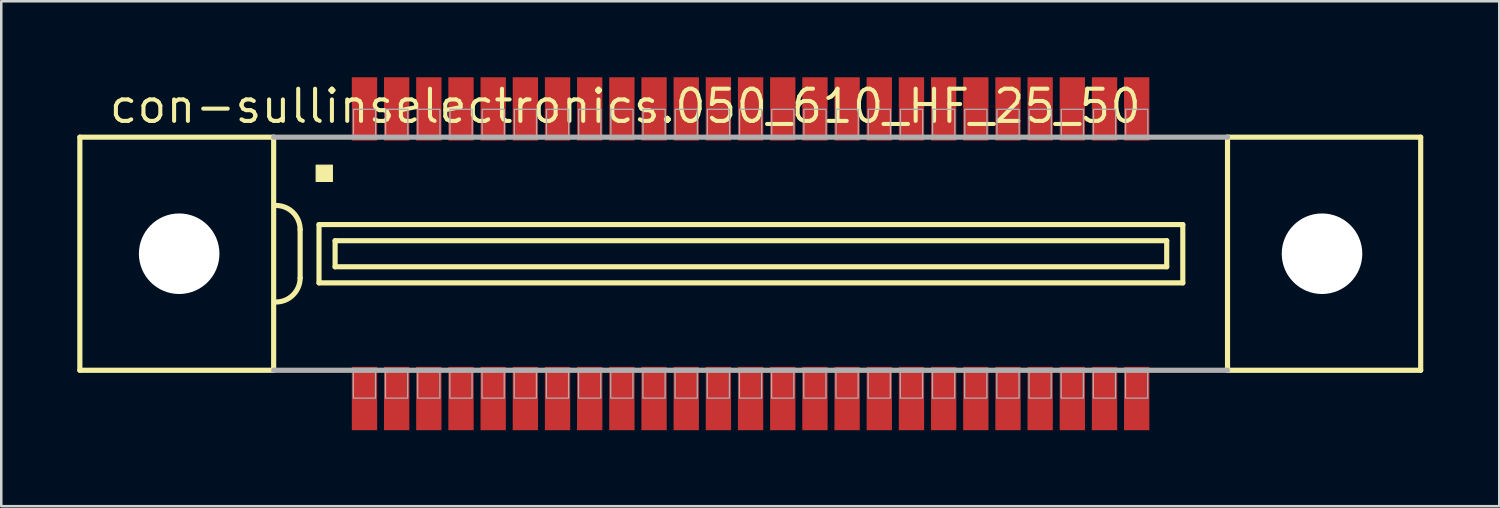
<source format=kicad_pcb>
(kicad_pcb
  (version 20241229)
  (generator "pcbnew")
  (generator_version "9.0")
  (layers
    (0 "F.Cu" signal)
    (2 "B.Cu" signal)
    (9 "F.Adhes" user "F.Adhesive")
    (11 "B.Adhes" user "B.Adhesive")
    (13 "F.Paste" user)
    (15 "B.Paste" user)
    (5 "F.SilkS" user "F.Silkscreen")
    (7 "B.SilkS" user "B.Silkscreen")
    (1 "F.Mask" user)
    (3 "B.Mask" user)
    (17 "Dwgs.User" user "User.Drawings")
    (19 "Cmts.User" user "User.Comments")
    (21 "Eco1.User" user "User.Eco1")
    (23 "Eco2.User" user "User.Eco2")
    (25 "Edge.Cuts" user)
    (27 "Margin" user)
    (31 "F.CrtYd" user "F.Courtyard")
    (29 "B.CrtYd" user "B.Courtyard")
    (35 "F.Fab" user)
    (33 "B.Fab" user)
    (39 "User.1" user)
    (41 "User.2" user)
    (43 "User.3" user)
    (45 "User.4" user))
  (footprint "con-sullinselectronics.050_610_HF_25_50"
    (layer "F.Cu")
    (at 26.577 6.965)
    (property "Reference" "con-sullinselectronics.050_610_HF_25_50" (at -25.4 -5.08 0) (layer "F.SilkS") (effects (font (size 1.27 1.27) (thickness 0.16)) (justify left bottom)))
    (attr smd)
    (fp_line (start -26.475 -4.6) (end -26.475 4.6) (stroke (width 0.203) (type default)) (layer "F.SilkS"))
    (fp_line (start -26.475 4.6) (end -18.825 4.6) (stroke (width 0.203) (type default)) (layer "F.SilkS"))
    (fp_line (start -18.825 -4.6) (end -26.475 -4.6) (stroke (width 0.203) (type default)) (layer "F.SilkS"))
    (fp_line (start -18.825 -4.6) (end -18.825 4.6) (stroke (width 0.203) (type default)) (layer "F.SilkS"))
    (fp_line (start -17.78 -0.953) (end -17.78 0.953) (stroke (width 0.203) (type default)) (layer "F.SilkS"))
    (fp_line (start -17.035 -1.15) (end -17.035 1.15) (stroke (width 0.203) (type default)) (layer "F.SilkS"))
    (fp_line (start -17.035 1.15) (end 17.06 1.15) (stroke (width 0.203) (type default)) (layer "F.SilkS"))
    (fp_line (start -16.4 -0.515) (end -16.4 0.515) (stroke (width 0.203) (type default)) (layer "F.SilkS"))
    (fp_line (start -16.4 0.515) (end 16.425 0.515) (stroke (width 0.203) (type default)) (layer "F.SilkS"))
    (fp_line (start 16.425 -0.515) (end -16.4 -0.515) (stroke (width 0.203) (type default)) (layer "F.SilkS"))
    (fp_line (start 16.425 0.515) (end 16.425 -0.515) (stroke (width 0.203) (type default)) (layer "F.SilkS"))
    (fp_line (start 17.06 -1.15) (end -17.035 -1.15) (stroke (width 0.203) (type default)) (layer "F.SilkS"))
    (fp_line (start 17.06 1.15) (end 17.06 -1.15) (stroke (width 0.203) (type default)) (layer "F.SilkS"))
    (fp_line (start 18.825 4.6) (end 18.825 -4.6) (stroke (width 0.203) (type default)) (layer "F.SilkS"))
    (fp_line (start 18.825 4.6) (end 26.45 4.6) (stroke (width 0.203) (type default)) (layer "F.SilkS"))
    (fp_line (start 26.45 -4.6) (end 18.825 -4.6) (stroke (width 0.203) (type default)) (layer "F.SilkS"))
    (fp_line (start 26.45 4.6) (end 26.45 -4.6) (stroke (width 0.203) (type default)) (layer "F.SilkS"))
    (fp_rect (start -17.145 -2.857) (end -16.51 -3.493) (stroke (width 0.05) (type default)) (fill yes) (layer "F.SilkS"))
    (fp_arc (start -18.7325 -1.905) (mid -18.058981 -1.626019) (end -17.78 -0.9525) (stroke (width 0.2032) (type default)) (layer "F.SilkS"))
    (fp_arc (start -17.78 0.9525) (mid -18.05901 1.62599) (end -18.7325 1.905) (stroke (width 0.2032) (type default)) (layer "F.SilkS"))
    (fp_line (start -18.825 4.6) (end 18.825 4.6) (stroke (width 0.203) (type default)) (layer "F.Fab"))
    (fp_line (start 18.825 -4.6) (end -18.825 -4.6) (stroke (width 0.203) (type default)) (layer "F.Fab"))
    (fp_rect (start -15.68 5.7) (end -14.805 4.65) (stroke (width 0.05) (type default)) (fill no) (layer "F.Fab"))
    (fp_rect (start -15.675 -4.65) (end -14.8 -5.7) (stroke (width 0.05) (type default)) (fill no) (layer "F.Fab"))
    (fp_rect (start -14.41 5.7) (end -13.535 4.65) (stroke (width 0.05) (type default)) (fill no) (layer "F.Fab"))
    (fp_rect (start -14.405 -4.65) (end -13.53 -5.7) (stroke (width 0.05) (type default)) (fill no) (layer "F.Fab"))
    (fp_rect (start -13.14 5.7) (end -12.265 4.65) (stroke (width 0.05) (type default)) (fill no) (layer "F.Fab"))
    (fp_rect (start -13.135 -4.65) (end -12.26 -5.7) (stroke (width 0.05) (type default)) (fill no) (layer "F.Fab"))
    (fp_rect (start -11.87 5.7) (end -10.995 4.65) (stroke (width 0.05) (type default)) (fill no) (layer "F.Fab"))
    (fp_rect (start -11.865 -4.65) (end -10.99 -5.7) (stroke (width 0.05) (type default)) (fill no) (layer "F.Fab"))
    (fp_rect (start -10.6 5.7) (end -9.725 4.65) (stroke (width 0.05) (type default)) (fill no) (layer "F.Fab"))
    (fp_rect (start -10.595 -4.65) (end -9.72 -5.7) (stroke (width 0.05) (type default)) (fill no) (layer "F.Fab"))
    (fp_rect (start -9.33 5.7) (end -8.455 4.65) (stroke (width 0.05) (type default)) (fill no) (layer "F.Fab"))
    (fp_rect (start -9.325 -4.65) (end -8.45 -5.7) (stroke (width 0.05) (type default)) (fill no) (layer "F.Fab"))
    (fp_rect (start -8.06 5.7) (end -7.185 4.65) (stroke (width 0.05) (type default)) (fill no) (layer "F.Fab"))
    (fp_rect (start -8.055 -4.65) (end -7.18 -5.7) (stroke (width 0.05) (type default)) (fill no) (layer "F.Fab"))
    (fp_rect (start -6.79 5.7) (end -5.915 4.65) (stroke (width 0.05) (type default)) (fill no) (layer "F.Fab"))
    (fp_rect (start -6.785 -4.65) (end -5.91 -5.7) (stroke (width 0.05) (type default)) (fill no) (layer "F.Fab"))
    (fp_rect (start -5.52 5.7) (end -4.645 4.65) (stroke (width 0.05) (type default)) (fill no) (layer "F.Fab"))
    (fp_rect (start -5.515 -4.65) (end -4.64 -5.7) (stroke (width 0.05) (type default)) (fill no) (layer "F.Fab"))
    (fp_rect (start -4.25 5.7) (end -3.375 4.65) (stroke (width 0.05) (type default)) (fill no) (layer "F.Fab"))
    (fp_rect (start -4.245 -4.65) (end -3.37 -5.7) (stroke (width 0.05) (type default)) (fill no) (layer "F.Fab"))
    (fp_rect (start -2.98 5.7) (end -2.105 4.65) (stroke (width 0.05) (type default)) (fill no) (layer "F.Fab"))
    (fp_rect (start -2.975 -4.65) (end -2.1 -5.7) (stroke (width 0.05) (type default)) (fill no) (layer "F.Fab"))
    (fp_rect (start -1.71 5.7) (end -0.835 4.65) (stroke (width 0.05) (type default)) (fill no) (layer "F.Fab"))
    (fp_rect (start -1.705 -4.65) (end -0.83 -5.7) (stroke (width 0.05) (type default)) (fill no) (layer "F.Fab"))
    (fp_rect (start -0.44 5.7) (end 0.435 4.65) (stroke (width 0.05) (type default)) (fill no) (layer "F.Fab"))
    (fp_rect (start -0.435 -4.65) (end 0.44 -5.7) (stroke (width 0.05) (type default)) (fill no) (layer "F.Fab"))
    (fp_rect (start 0.83 5.7) (end 1.705 4.65) (stroke (width 0.05) (type default)) (fill no) (layer "F.Fab"))
    (fp_rect (start 0.835 -4.65) (end 1.71 -5.7) (stroke (width 0.05) (type default)) (fill no) (layer "F.Fab"))
    (fp_rect (start 2.1 5.7) (end 2.975 4.65) (stroke (width 0.05) (type default)) (fill no) (layer "F.Fab"))
    (fp_rect (start 2.105 -4.65) (end 2.98 -5.7) (stroke (width 0.05) (type default)) (fill no) (layer "F.Fab"))
    (fp_rect (start 3.37 5.7) (end 4.245 4.65) (stroke (width 0.05) (type default)) (fill no) (layer "F.Fab"))
    (fp_rect (start 3.375 -4.65) (end 4.25 -5.7) (stroke (width 0.05) (type default)) (fill no) (layer "F.Fab"))
    (fp_rect (start 4.64 5.7) (end 5.515 4.65) (stroke (width 0.05) (type default)) (fill no) (layer "F.Fab"))
    (fp_rect (start 4.645 -4.65) (end 5.52 -5.7) (stroke (width 0.05) (type default)) (fill no) (layer "F.Fab"))
    (fp_rect (start 5.91 5.7) (end 6.785 4.65) (stroke (width 0.05) (type default)) (fill no) (layer "F.Fab"))
    (fp_rect (start 5.915 -4.65) (end 6.79 -5.7) (stroke (width 0.05) (type default)) (fill no) (layer "F.Fab"))
    (fp_rect (start 7.18 5.7) (end 8.055 4.65) (stroke (width 0.05) (type default)) (fill no) (layer "F.Fab"))
    (fp_rect (start 7.185 -4.65) (end 8.06 -5.7) (stroke (width 0.05) (type default)) (fill no) (layer "F.Fab"))
    (fp_rect (start 8.45 5.7) (end 9.325 4.65) (stroke (width 0.05) (type default)) (fill no) (layer "F.Fab"))
    (fp_rect (start 8.455 -4.65) (end 9.33 -5.7) (stroke (width 0.05) (type default)) (fill no) (layer "F.Fab"))
    (fp_rect (start 9.72 5.7) (end 10.595 4.65) (stroke (width 0.05) (type default)) (fill no) (layer "F.Fab"))
    (fp_rect (start 9.725 -4.65) (end 10.6 -5.7) (stroke (width 0.05) (type default)) (fill no) (layer "F.Fab"))
    (fp_rect (start 10.99 5.7) (end 11.865 4.65) (stroke (width 0.05) (type default)) (fill no) (layer "F.Fab"))
    (fp_rect (start 10.995 -4.65) (end 11.87 -5.7) (stroke (width 0.05) (type default)) (fill no) (layer "F.Fab"))
    (fp_rect (start 12.26 5.7) (end 13.135 4.65) (stroke (width 0.05) (type default)) (fill no) (layer "F.Fab"))
    (fp_rect (start 12.265 -4.65) (end 13.14 -5.7) (stroke (width 0.05) (type default)) (fill no) (layer "F.Fab"))
    (fp_rect (start 13.53 5.7) (end 14.405 4.65) (stroke (width 0.05) (type default)) (fill no) (layer "F.Fab"))
    (fp_rect (start 13.535 -4.65) (end 14.41 -5.7) (stroke (width 0.05) (type default)) (fill no) (layer "F.Fab"))
    (fp_rect (start 14.8 5.7) (end 15.675 4.65) (stroke (width 0.05) (type default)) (fill no) (layer "F.Fab"))
    (fp_rect (start 14.805 -4.65) (end 15.68 -5.7) (stroke (width 0.05) (type default)) (fill no) (layer "F.Fab"))
    (pad "" np_thru_hole circle (at -22.555 0) (size 3.18 3.18) (drill 3.18) (layers "*.Cu" "*.Mask"))
    (pad "" np_thru_hole circle (at 22.555 0) (size 3.18 3.18) (drill 3.18) (layers "*.Cu" "*.Mask"))
    (pad "1" smd roundrect (at -15.24 -5.715) (size 1 2.5) (layers "F.Cu" "F.Mask" "F.Paste") (roundrect_rratio 0.01))
    (pad "2" smd roundrect (at -13.97 -5.715) (size 1 2.5) (layers "F.Cu" "F.Mask" "F.Paste") (roundrect_rratio 0.01))
    (pad "3" smd roundrect (at -12.7 -5.715) (size 1 2.5) (layers "F.Cu" "F.Mask" "F.Paste") (roundrect_rratio 0.01))
    (pad "4" smd roundrect (at -11.43 -5.715) (size 1 2.5) (layers "F.Cu" "F.Mask" "F.Paste") (roundrect_rratio 0.01))
    (pad "5" smd roundrect (at -10.16 -5.715) (size 1 2.5) (layers "F.Cu" "F.Mask" "F.Paste") (roundrect_rratio 0.01))
    (pad "6" smd roundrect (at -8.89 -5.715) (size 1 2.5) (layers "F.Cu" "F.Mask" "F.Paste") (roundrect_rratio 0.01))
    (pad "7" smd roundrect (at -7.62 -5.715) (size 1 2.5) (layers "F.Cu" "F.Mask" "F.Paste") (roundrect_rratio 0.01))
    (pad "8" smd roundrect (at -6.35 -5.715) (size 1 2.5) (layers "F.Cu" "F.Mask" "F.Paste") (roundrect_rratio 0.01))
    (pad "9" smd roundrect (at -5.08 -5.715) (size 1 2.5) (layers "F.Cu" "F.Mask" "F.Paste") (roundrect_rratio 0.01))
    (pad "10" smd roundrect (at -3.81 -5.715) (size 1 2.5) (layers "F.Cu" "F.Mask" "F.Paste") (roundrect_rratio 0.01))
    (pad "11" smd roundrect (at -2.54 -5.715 180) (size 1 2.5) (layers "F.Cu" "F.Mask" "F.Paste") (roundrect_rratio 0.01))
    (pad "12" smd roundrect (at -1.27 -5.715 180) (size 1 2.5) (layers "F.Cu" "F.Mask" "F.Paste") (roundrect_rratio 0.01))
    (pad "13" smd roundrect (at 0 -5.715 180) (size 1 2.5) (layers "F.Cu" "F.Mask" "F.Paste") (roundrect_rratio 0.01))
    (pad "14" smd roundrect (at 1.27 -5.715 180) (size 1 2.5) (layers "F.Cu" "F.Mask" "F.Paste") (roundrect_rratio 0.01))
    (pad "15" smd roundrect (at 2.54 -5.715 180) (size 1 2.5) (layers "F.Cu" "F.Mask" "F.Paste") (roundrect_rratio 0.01))
    (pad "16" smd roundrect (at 3.81 -5.715 180) (size 1 2.5) (layers "F.Cu" "F.Mask" "F.Paste") (roundrect_rratio 0.01))
    (pad "17" smd roundrect (at 5.08 -5.715 180) (size 1 2.5) (layers "F.Cu" "F.Mask" "F.Paste") (roundrect_rratio 0.01))
    (pad "18" smd roundrect (at 6.35 -5.715 180) (size 1 2.5) (layers "F.Cu" "F.Mask" "F.Paste") (roundrect_rratio 0.01))
    (pad "19" smd roundrect (at 7.62 -5.715 180) (size 1 2.5) (layers "F.Cu" "F.Mask" "F.Paste") (roundrect_rratio 0.01))
    (pad "20" smd roundrect (at 8.89 -5.715 180) (size 1 2.5) (layers "F.Cu" "F.Mask" "F.Paste") (roundrect_rratio 0.01))
    (pad "21" smd roundrect (at 10.16 -5.715 180) (size 1 2.5) (layers "F.Cu" "F.Mask" "F.Paste") (roundrect_rratio 0.01))
    (pad "22" smd roundrect (at 11.43 -5.715 180) (size 1 2.5) (layers "F.Cu" "F.Mask" "F.Paste") (roundrect_rratio 0.01))
    (pad "23" smd roundrect (at 12.7 -5.715 180) (size 1 2.5) (layers "F.Cu" "F.Mask" "F.Paste") (roundrect_rratio 0.01))
    (pad "24" smd roundrect (at 13.97 -5.715 180) (size 1 2.5) (layers "F.Cu" "F.Mask" "F.Paste") (roundrect_rratio 0.01))
    (pad "25" smd roundrect (at 15.24 -5.715 180) (size 1 2.5) (layers "F.Cu" "F.Mask" "F.Paste") (roundrect_rratio 0.01))
    (pad "26" smd roundrect (at -15.24 5.715) (size 1 2.5) (layers "F.Cu" "F.Mask" "F.Paste") (roundrect_rratio 0.01))
    (pad "27" smd roundrect (at -13.97 5.715) (size 1 2.5) (layers "F.Cu" "F.Mask" "F.Paste") (roundrect_rratio 0.01))
    (pad "28" smd roundrect (at -12.7 5.715) (size 1 2.5) (layers "F.Cu" "F.Mask" "F.Paste") (roundrect_rratio 0.01))
    (pad "29" smd roundrect (at -11.43 5.715) (size 1 2.5) (layers "F.Cu" "F.Mask" "F.Paste") (roundrect_rratio 0.01))
    (pad "30" smd roundrect (at -10.16 5.715) (size 1 2.5) (layers "F.Cu" "F.Mask" "F.Paste") (roundrect_rratio 0.01))
    (pad "31" smd roundrect (at -8.89 5.715) (size 1 2.5) (layers "F.Cu" "F.Mask" "F.Paste") (roundrect_rratio 0.01))
    (pad "32" smd roundrect (at -7.62 5.715) (size 1 2.5) (layers "F.Cu" "F.Mask" "F.Paste") (roundrect_rratio 0.01))
    (pad "33" smd roundrect (at -6.35 5.715) (size 1 2.5) (layers "F.Cu" "F.Mask" "F.Paste") (roundrect_rratio 0.01))
    (pad "34" smd roundrect (at -5.08 5.715) (size 1 2.5) (layers "F.Cu" "F.Mask" "F.Paste") (roundrect_rratio 0.01))
    (pad "35" smd roundrect (at -3.81 5.715) (size 1 2.5) (layers "F.Cu" "F.Mask" "F.Paste") (roundrect_rratio 0.01))
    (pad "36" smd roundrect (at -2.54 5.715) (size 1 2.5) (layers "F.Cu" "F.Mask" "F.Paste") (roundrect_rratio 0.01))
    (pad "37" smd roundrect (at -1.27 5.715) (size 1 2.5) (layers "F.Cu" "F.Mask" "F.Paste") (roundrect_rratio 0.01))
    (pad "38" smd roundrect (at 0 5.715) (size 1 2.5) (layers "F.Cu" "F.Mask" "F.Paste") (roundrect_rratio 0.01))
    (pad "39" smd roundrect (at 1.27 5.715) (size 1 2.5) (layers "F.Cu" "F.Mask" "F.Paste") (roundrect_rratio 0.01))
    (pad "40" smd roundrect (at 2.54 5.715) (size 1 2.5) (layers "F.Cu" "F.Mask" "F.Paste") (roundrect_rratio 0.01))
    (pad "41" smd roundrect (at 3.81 5.715) (size 1 2.5) (layers "F.Cu" "F.Mask" "F.Paste") (roundrect_rratio 0.01))
    (pad "42" smd roundrect (at 5.08 5.715) (size 1 2.5) (layers "F.Cu" "F.Mask" "F.Paste") (roundrect_rratio 0.01))
    (pad "43" smd roundrect (at 6.35 5.715) (size 1 2.5) (layers "F.Cu" "F.Mask" "F.Paste") (roundrect_rratio 0.01))
    (pad "44" smd roundrect (at 7.62 5.715) (size 1 2.5) (layers "F.Cu" "F.Mask" "F.Paste") (roundrect_rratio 0.01))
    (pad "45" smd roundrect (at 8.89 5.715) (size 1 2.5) (layers "F.Cu" "F.Mask" "F.Paste") (roundrect_rratio 0.01))
    (pad "46" smd roundrect (at 10.16 5.715) (size 1 2.5) (layers "F.Cu" "F.Mask" "F.Paste") (roundrect_rratio 0.01))
    (pad "47" smd roundrect (at 11.43 5.715) (size 1 2.5) (layers "F.Cu" "F.Mask" "F.Paste") (roundrect_rratio 0.01))
    (pad "48" smd roundrect (at 12.7 5.715) (size 1 2.5) (layers "F.Cu" "F.Mask" "F.Paste") (roundrect_rratio 0.01))
    (pad "49" smd roundrect (at 13.97 5.715) (size 1 2.5) (layers "F.Cu" "F.Mask" "F.Paste") (roundrect_rratio 0.01))
    (pad "50" smd roundrect (at 15.24 5.715) (size 1 2.5) (layers "F.Cu" "F.Mask" "F.Paste") (roundrect_rratio 0.01)))
  (gr_rect
    (start -3 -3)
    (end 56.128 16.93)
    (stroke (width 0.1) (type default))
    (fill no)
    (layer "Edge.Cuts")))
</source>
